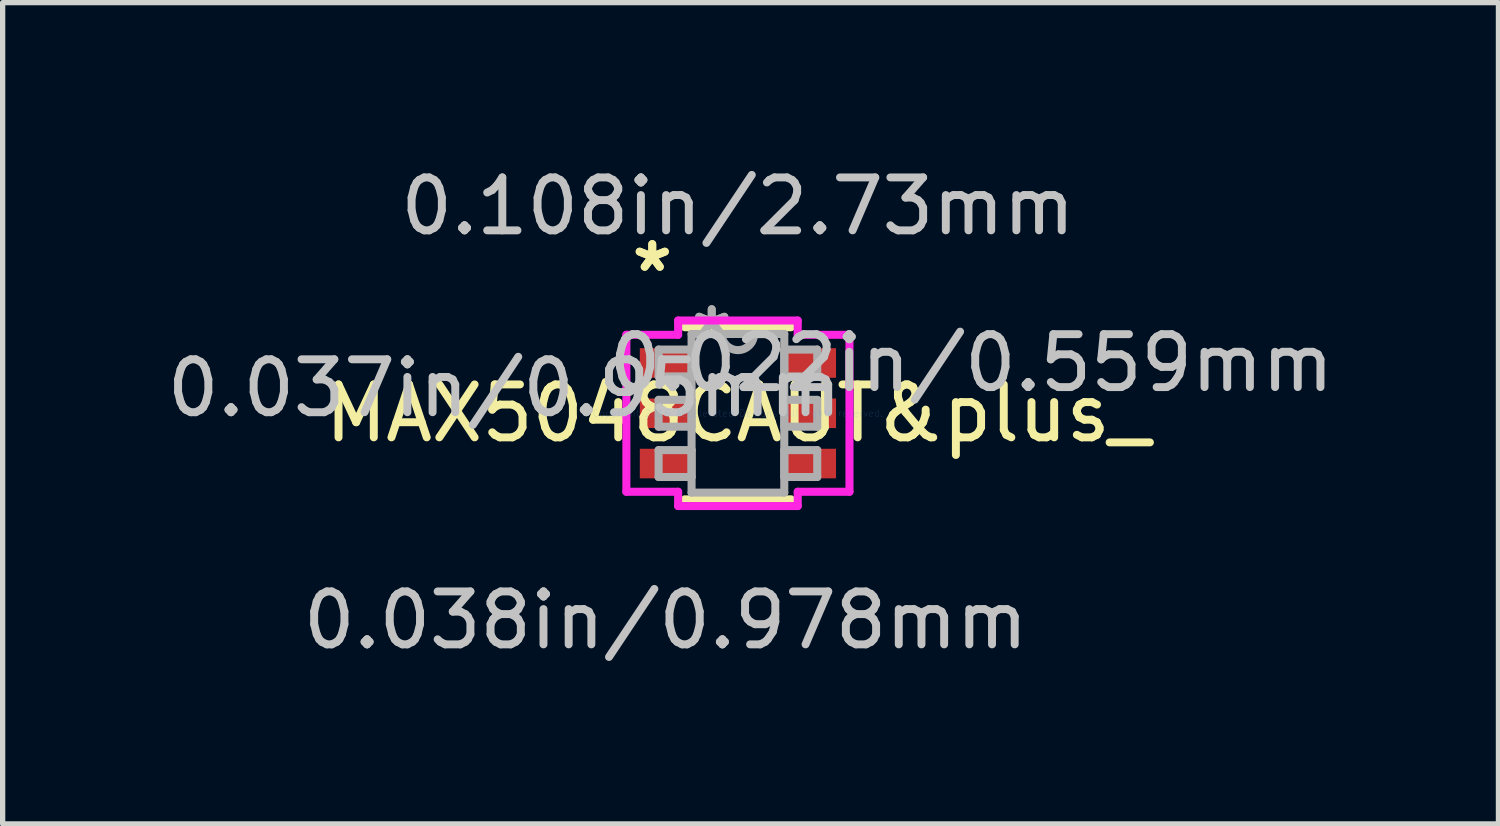
<source format=kicad_pcb>
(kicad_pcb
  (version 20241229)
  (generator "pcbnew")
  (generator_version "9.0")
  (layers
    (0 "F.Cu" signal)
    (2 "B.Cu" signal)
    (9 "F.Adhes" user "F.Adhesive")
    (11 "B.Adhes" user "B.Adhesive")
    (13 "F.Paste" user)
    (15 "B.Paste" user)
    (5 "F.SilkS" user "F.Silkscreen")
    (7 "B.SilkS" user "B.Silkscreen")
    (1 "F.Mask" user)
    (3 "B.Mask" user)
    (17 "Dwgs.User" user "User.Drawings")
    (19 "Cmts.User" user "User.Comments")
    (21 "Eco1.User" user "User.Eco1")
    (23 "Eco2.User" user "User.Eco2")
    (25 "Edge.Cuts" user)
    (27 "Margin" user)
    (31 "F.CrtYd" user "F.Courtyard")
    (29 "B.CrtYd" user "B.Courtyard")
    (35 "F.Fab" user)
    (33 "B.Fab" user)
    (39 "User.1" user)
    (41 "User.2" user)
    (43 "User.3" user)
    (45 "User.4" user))
  (footprint "MAX5048CAUT&plus_"
    (layer "F.Cu")
    (at 10.895 4.76)
    (property "Reference" "MAX5048CAUT&plus_" (at 0 0 0) (layer "F.SilkS") (effects (font (size 1 1) (thickness 0.15))))
    (attr through_hole)
    (fp_line (start -1.003 1.626) (end 1.003 1.626) (stroke (width 0.152) (type solid)) (layer "F.SilkS"))
    (fp_line (start 1.003 -1.626) (end -1.003 -1.626) (stroke (width 0.152) (type solid)) (layer "F.SilkS"))
    (fp_line (start -2.108 -1.483) (end -1.13 -1.483) (stroke (width 0.152) (type solid)) (layer "F.CrtYd"))
    (fp_line (start -2.108 1.483) (end -2.108 -1.483) (stroke (width 0.152) (type solid)) (layer "F.CrtYd"))
    (fp_line (start -1.13 -1.753) (end 1.13 -1.753) (stroke (width 0.152) (type solid)) (layer "F.CrtYd"))
    (fp_line (start -1.13 -1.483) (end -1.13 -1.753) (stroke (width 0.152) (type solid)) (layer "F.CrtYd"))
    (fp_line (start -1.13 1.483) (end -2.108 1.483) (stroke (width 0.152) (type solid)) (layer "F.CrtYd"))
    (fp_line (start -1.13 1.753) (end -1.13 1.483) (stroke (width 0.152) (type solid)) (layer "F.CrtYd"))
    (fp_line (start 1.13 -1.753) (end 1.13 -1.483) (stroke (width 0.152) (type solid)) (layer "F.CrtYd"))
    (fp_line (start 1.13 -1.483) (end 2.108 -1.483) (stroke (width 0.152) (type solid)) (layer "F.CrtYd"))
    (fp_line (start 1.13 1.483) (end 1.13 1.753) (stroke (width 0.152) (type solid)) (layer "F.CrtYd"))
    (fp_line (start 1.13 1.753) (end -1.13 1.753) (stroke (width 0.152) (type solid)) (layer "F.CrtYd"))
    (fp_line (start 2.108 -1.483) (end 2.108 1.483) (stroke (width 0.152) (type solid)) (layer "F.CrtYd"))
    (fp_line (start 2.108 1.483) (end 1.13 1.483) (stroke (width 0.152) (type solid)) (layer "F.CrtYd"))
    (fp_line (start -1.499 -1.204) (end -1.499 -0.696) (stroke (width 0.152) (type solid)) (layer "F.Fab"))
    (fp_line (start -1.499 -0.696) (end -0.876 -0.696) (stroke (width 0.152) (type solid)) (layer "F.Fab"))
    (fp_line (start -1.499 -0.254) (end -1.499 0.254) (stroke (width 0.152) (type solid)) (layer "F.Fab"))
    (fp_line (start -1.499 0.254) (end -0.876 0.254) (stroke (width 0.152) (type solid)) (layer "F.Fab"))
    (fp_line (start -1.499 0.696) (end -1.499 1.204) (stroke (width 0.152) (type solid)) (layer "F.Fab"))
    (fp_line (start -1.499 1.204) (end -0.876 1.204) (stroke (width 0.152) (type solid)) (layer "F.Fab"))
    (fp_line (start -0.876 -1.499) (end -0.876 1.499) (stroke (width 0.152) (type solid)) (layer "F.Fab"))
    (fp_line (start -0.876 -1.204) (end -1.499 -1.204) (stroke (width 0.152) (type solid)) (layer "F.Fab"))
    (fp_line (start -0.876 -0.696) (end -0.876 -1.204) (stroke (width 0.152) (type solid)) (layer "F.Fab"))
    (fp_line (start -0.876 -0.254) (end -1.499 -0.254) (stroke (width 0.152) (type solid)) (layer "F.Fab"))
    (fp_line (start -0.876 0.254) (end -0.876 -0.254) (stroke (width 0.152) (type solid)) (layer "F.Fab"))
    (fp_line (start -0.876 0.696) (end -1.499 0.696) (stroke (width 0.152) (type solid)) (layer "F.Fab"))
    (fp_line (start -0.876 1.204) (end -0.876 0.696) (stroke (width 0.152) (type solid)) (layer "F.Fab"))
    (fp_line (start -0.876 1.499) (end 0.876 1.499) (stroke (width 0.152) (type solid)) (layer "F.Fab"))
    (fp_line (start 0.876 -1.499) (end -0.876 -1.499) (stroke (width 0.152) (type solid)) (layer "F.Fab"))
    (fp_line (start 0.876 -1.204) (end 0.876 -0.696) (stroke (width 0.152) (type solid)) (layer "F.Fab"))
    (fp_line (start 0.876 -0.696) (end 1.499 -0.696) (stroke (width 0.152) (type solid)) (layer "F.Fab"))
    (fp_line (start 0.876 -0.254) (end 0.876 0.254) (stroke (width 0.152) (type solid)) (layer "F.Fab"))
    (fp_line (start 0.876 0.254) (end 1.499 0.254) (stroke (width 0.152) (type solid)) (layer "F.Fab"))
    (fp_line (start 0.876 0.696) (end 0.876 1.204) (stroke (width 0.152) (type solid)) (layer "F.Fab"))
    (fp_line (start 0.876 1.204) (end 1.499 1.204) (stroke (width 0.152) (type solid)) (layer "F.Fab"))
    (fp_line (start 0.876 1.499) (end 0.876 -1.499) (stroke (width 0.152) (type solid)) (layer "F.Fab"))
    (fp_line (start 1.499 -1.204) (end 0.876 -1.204) (stroke (width 0.152) (type solid)) (layer "F.Fab"))
    (fp_line (start 1.499 -0.696) (end 1.499 -1.204) (stroke (width 0.152) (type solid)) (layer "F.Fab"))
    (fp_line (start 1.499 -0.254) (end 0.876 -0.254) (stroke (width 0.152) (type solid)) (layer "F.Fab"))
    (fp_line (start 1.499 0.254) (end 1.499 -0.254) (stroke (width 0.152) (type solid)) (layer "F.Fab"))
    (fp_line (start 1.499 0.696) (end 0.876 0.696) (stroke (width 0.152) (type solid)) (layer "F.Fab"))
    (fp_line (start 1.499 1.204) (end 1.499 0.696) (stroke (width 0.152) (type solid)) (layer "F.Fab"))
    (fp_arc (start 0.3048 -1.4986) (mid 0 -1.1938) (end -0.3048 -1.4986) (stroke (width 0.1524) (type solid)) (layer "F.Fab"))
    (fp_text user "*" (at -1.619 -2.652 0) (layer "F.SilkS") (effects (font (size 1 1) (thickness 0.15))))
    (fp_text user "*" (at -1.619 -2.652 0) (layer "F.SilkS") (effects (font (size 1 1) (thickness 0.15))))
    (fp_text user "0.108in/2.73mm" (at 0 -3.912 0) (layer "Dwgs.User") (effects (font (size 1 1) (thickness 0.15))))
    (fp_text user "0.022in/0.559mm" (at 4.413 -0.95 0) (layer "Dwgs.User") (effects (font (size 1 1) (thickness 0.15))))
    (fp_text user "0.037in/0.95mm" (at -4.413 -0.475 0) (layer "Dwgs.User") (effects (font (size 1 1) (thickness 0.15))))
    (fp_text user "0.038in/0.978mm" (at -1.365 3.912 0) (layer "Dwgs.User") (effects (font (size 1 1) (thickness 0.15))))
    (fp_text user "Copyright 2016 Accelerated Designs. All rights reserved." (at 0 0 0) (layer "Cmts.User") (effects (font (size 0.127 0.127) (thickness 0.002))))
    (fp_text user "*" (at -0.495 -1.422 0) (layer "F.Fab") (effects (font (size 1 1) (thickness 0.15))))
    (fp_text user "*" (at -0.495 -1.422 0) (layer "F.Fab") (effects (font (size 1 1) (thickness 0.15))))
    (pad "1" smd rect (at -1.365 -0.95) (size 0.978 0.559) (layers "F.Cu" "F.Mask" "F.Paste"))
    (pad "2" smd rect (at -1.365 0) (size 0.978 0.559) (layers "F.Cu" "F.Mask" "F.Paste"))
    (pad "3" smd rect (at -1.365 0.95) (size 0.978 0.559) (layers "F.Cu" "F.Mask" "F.Paste"))
    (pad "4" smd rect (at 1.365 0.95) (size 0.978 0.559) (layers "F.Cu" "F.Mask" "F.Paste"))
    (pad "5" smd rect (at 1.365 0) (size 0.978 0.559) (layers "F.Cu" "F.Mask" "F.Paste"))
    (pad "6" smd rect (at 1.365 -0.95) (size 0.978 0.559) (layers "F.Cu" "F.Mask" "F.Paste")))
  (gr_rect
    (start -3 -3)
    (end 25.267 12.52)
    (stroke (width 0.1) (type default))
    (fill no)
    (layer "Edge.Cuts")))
</source>
